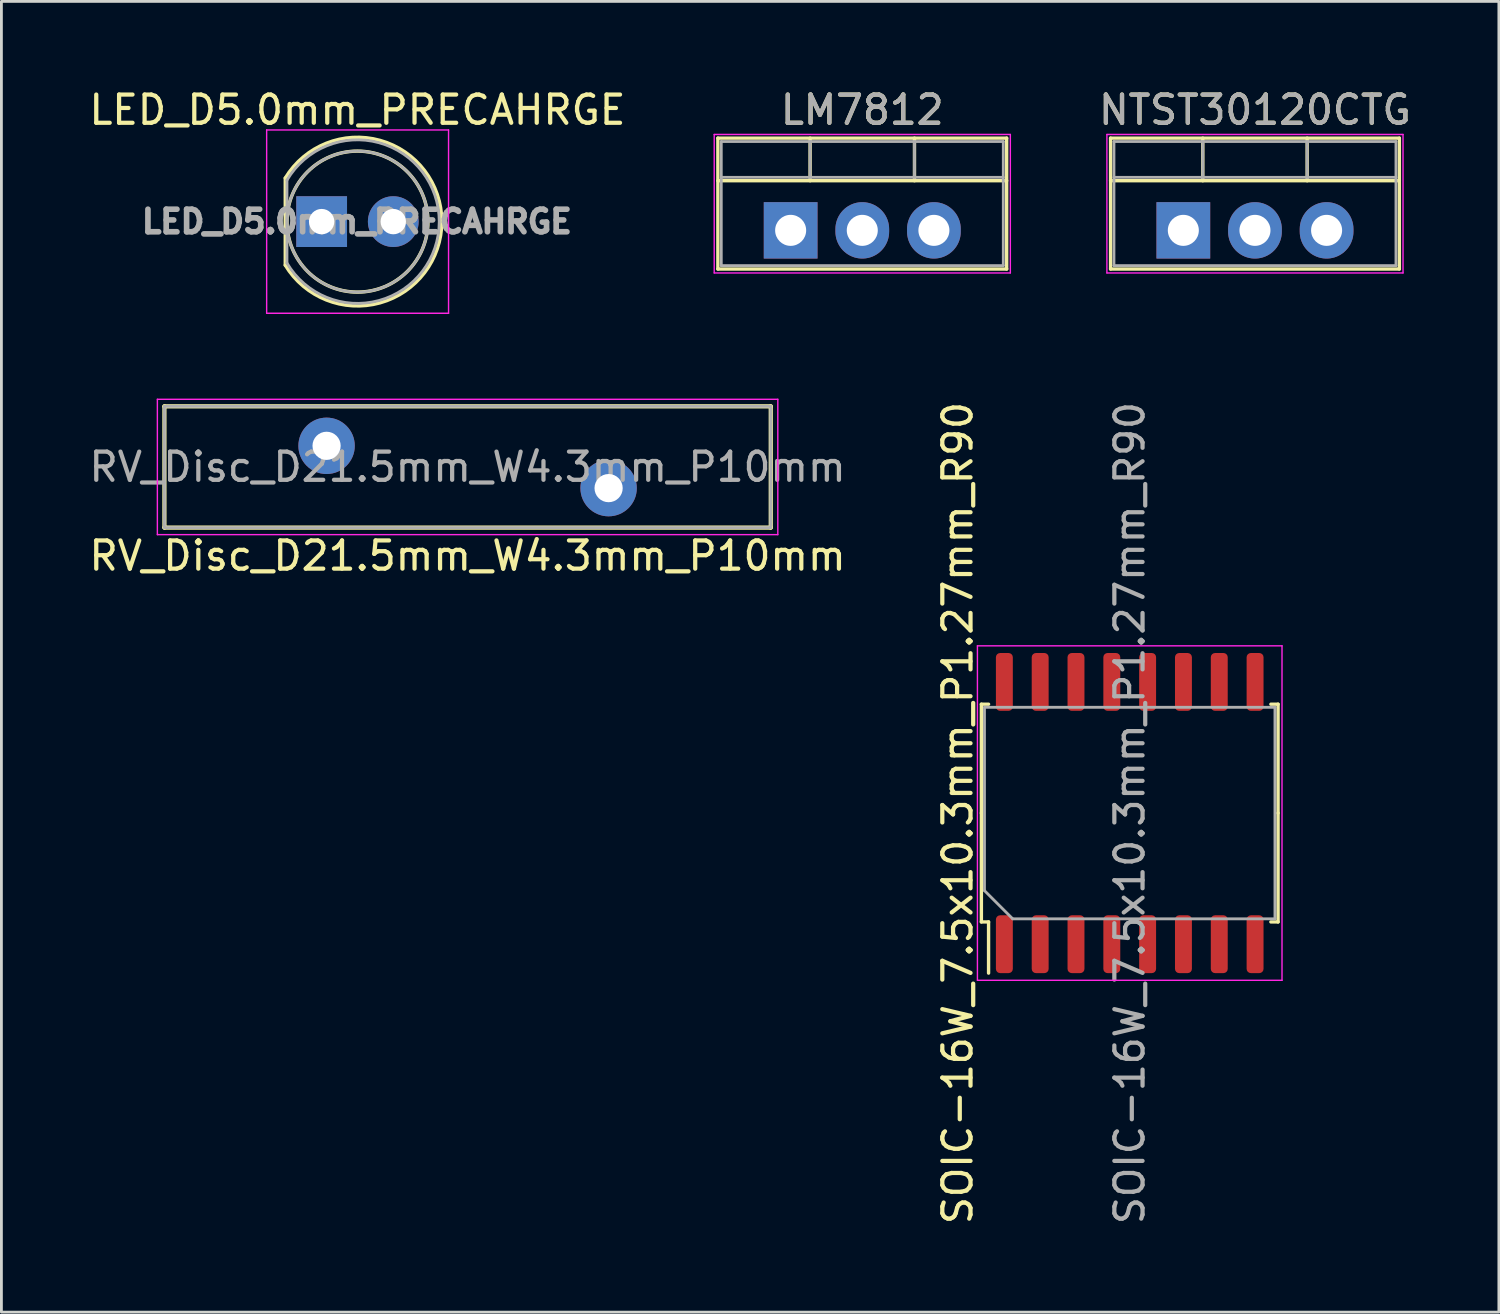
<source format=kicad_pcb>
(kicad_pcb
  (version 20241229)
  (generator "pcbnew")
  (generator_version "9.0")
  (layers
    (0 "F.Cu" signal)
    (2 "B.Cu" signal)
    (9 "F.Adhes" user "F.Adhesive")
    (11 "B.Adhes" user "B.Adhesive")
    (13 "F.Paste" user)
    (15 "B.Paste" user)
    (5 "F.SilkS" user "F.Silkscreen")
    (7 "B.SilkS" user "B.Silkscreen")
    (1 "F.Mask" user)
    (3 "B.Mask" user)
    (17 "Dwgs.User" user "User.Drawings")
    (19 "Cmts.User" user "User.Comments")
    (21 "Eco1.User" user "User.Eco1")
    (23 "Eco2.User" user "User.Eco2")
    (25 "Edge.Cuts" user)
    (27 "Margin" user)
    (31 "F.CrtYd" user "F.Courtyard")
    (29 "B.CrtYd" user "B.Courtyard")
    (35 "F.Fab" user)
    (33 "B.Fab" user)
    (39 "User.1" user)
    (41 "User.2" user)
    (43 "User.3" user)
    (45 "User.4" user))
  (footprint "SOIC-16W_7.5x10.3mm_P1.27mm_R90"
    (layer "F.Cu")
    (at 37.008 25.78)
    (property "Reference" "SOIC-16W_7.5x10.3mm_P1.27mm_R90" (at -6.1 0 90) (layer "F.SilkS") (effects (font (size 1 1) (thickness 0.15))))
    (attr smd)
    (fp_line (start -5.26 -3.86) (end -5.005 -3.86) (stroke (width 0.12) (type solid)) (layer "F.SilkS"))
    (fp_line (start -5.26 0) (end -5.26 -3.86) (stroke (width 0.12) (type solid)) (layer "F.SilkS"))
    (fp_line (start -5.26 0) (end -5.26 3.86) (stroke (width 0.12) (type solid)) (layer "F.SilkS"))
    (fp_line (start -5.26 3.86) (end -5.005 3.86) (stroke (width 0.12) (type solid)) (layer "F.SilkS"))
    (fp_line (start -5.005 3.86) (end -5.005 5.675) (stroke (width 0.12) (type solid)) (layer "F.SilkS"))
    (fp_line (start 5.26 -3.86) (end 5.005 -3.86) (stroke (width 0.12) (type solid)) (layer "F.SilkS"))
    (fp_line (start 5.26 0) (end 5.26 -3.86) (stroke (width 0.12) (type solid)) (layer "F.SilkS"))
    (fp_line (start 5.26 0) (end 5.26 3.86) (stroke (width 0.12) (type solid)) (layer "F.SilkS"))
    (fp_line (start 5.26 3.86) (end 5.005 3.86) (stroke (width 0.12) (type solid)) (layer "F.SilkS"))
    (fp_line (start -5.4 -5.93) (end -5.4 5.93) (stroke (width 0.05) (type solid)) (layer "F.CrtYd"))
    (fp_line (start -5.4 5.93) (end 5.4 5.93) (stroke (width 0.05) (type solid)) (layer "F.CrtYd"))
    (fp_line (start 5.4 -5.93) (end -5.4 -5.93) (stroke (width 0.05) (type solid)) (layer "F.CrtYd"))
    (fp_line (start 5.4 5.93) (end 5.4 -5.93) (stroke (width 0.05) (type solid)) (layer "F.CrtYd"))
    (fp_line (start -5.15 -3.75) (end 5.15 -3.75) (stroke (width 0.1) (type solid)) (layer "F.Fab"))
    (fp_line (start -5.15 2.75) (end -5.15 -3.75) (stroke (width 0.1) (type solid)) (layer "F.Fab"))
    (fp_line (start -4.15 3.75) (end -5.15 2.75) (stroke (width 0.1) (type solid)) (layer "F.Fab"))
    (fp_line (start 5.15 -3.75) (end 5.15 3.75) (stroke (width 0.1) (type solid)) (layer "F.Fab"))
    (fp_line (start 5.15 3.75) (end -4.15 3.75) (stroke (width 0.1) (type solid)) (layer "F.Fab"))
    (fp_text user "${REFERENCE}" (at 0 0 90) (layer "F.Fab") (effects (font (size 1 1) (thickness 0.15))))
    (pad "1" smd roundrect (at -4.445 4.65 90) (size 2.05 0.6) (layers "F.Cu" "F.Mask" "F.Paste") (roundrect_rratio 0.25))
    (pad "2" smd roundrect (at -3.175 4.65 90) (size 2.05 0.6) (layers "F.Cu" "F.Mask" "F.Paste") (roundrect_rratio 0.25))
    (pad "3" smd roundrect (at -1.905 4.65 90) (size 2.05 0.6) (layers "F.Cu" "F.Mask" "F.Paste") (roundrect_rratio 0.25))
    (pad "4" smd roundrect (at -0.635 4.65 90) (size 2.05 0.6) (layers "F.Cu" "F.Mask" "F.Paste") (roundrect_rratio 0.25))
    (pad "5" smd roundrect (at 0.635 4.65 90) (size 2.05 0.6) (layers "F.Cu" "F.Mask" "F.Paste") (roundrect_rratio 0.25))
    (pad "6" smd roundrect (at 1.905 4.65 90) (size 2.05 0.6) (layers "F.Cu" "F.Mask" "F.Paste") (roundrect_rratio 0.25))
    (pad "7" smd roundrect (at 3.175 4.65 90) (size 2.05 0.6) (layers "F.Cu" "F.Mask" "F.Paste") (roundrect_rratio 0.25))
    (pad "8" smd roundrect (at 4.445 4.65 90) (size 2.05 0.6) (layers "F.Cu" "F.Mask" "F.Paste") (roundrect_rratio 0.25))
    (pad "9" smd roundrect (at 4.445 -4.65 90) (size 2.05 0.6) (layers "F.Cu" "F.Mask" "F.Paste") (roundrect_rratio 0.25))
    (pad "10" smd roundrect (at 3.175 -4.65 90) (size 2.05 0.6) (layers "F.Cu" "F.Mask" "F.Paste") (roundrect_rratio 0.25))
    (pad "11" smd roundrect (at 1.905 -4.65 90) (size 2.05 0.6) (layers "F.Cu" "F.Mask" "F.Paste") (roundrect_rratio 0.25))
    (pad "12" smd roundrect (at 0.635 -4.65 90) (size 2.05 0.6) (layers "F.Cu" "F.Mask" "F.Paste") (roundrect_rratio 0.25))
    (pad "13" smd roundrect (at -0.635 -4.65 90) (size 2.05 0.6) (layers "F.Cu" "F.Mask" "F.Paste") (roundrect_rratio 0.25))
    (pad "14" smd roundrect (at -1.905 -4.65 90) (size 2.05 0.6) (layers "F.Cu" "F.Mask" "F.Paste") (roundrect_rratio 0.25))
    (pad "15" smd roundrect (at -3.175 -4.65 90) (size 2.05 0.6) (layers "F.Cu" "F.Mask" "F.Paste") (roundrect_rratio 0.25))
    (pad "16" smd roundrect (at -4.445 -4.65 90) (size 2.05 0.6) (layers "F.Cu" "F.Mask" "F.Paste") (roundrect_rratio 0.25)))
  (footprint "RV_Disc_D21.5mm_W4.3mm_P10mm"
    (layer "F.Cu")
    (at 8.53 12.758)
    (property "Reference" "RV_Disc_D21.5mm_W4.3mm_P10mm" (at 5 3.9 0) (layer "F.SilkS") (effects (font (size 1 1) (thickness 0.15))))
    (attr through_hole)
    (fp_line (start -5.75 -1.4) (end -5.75 2.9) (stroke (width 0.15) (type solid)) (layer "F.SilkS"))
    (fp_line (start -5.75 -1.4) (end 15.75 -1.4) (stroke (width 0.15) (type solid)) (layer "F.SilkS"))
    (fp_line (start -5.75 2.9) (end 15.75 2.9) (stroke (width 0.15) (type solid)) (layer "F.SilkS"))
    (fp_line (start 15.75 -1.4) (end 15.75 2.9) (stroke (width 0.15) (type solid)) (layer "F.SilkS"))
    (fp_line (start -6 -1.65) (end -6 3.15) (stroke (width 0.05) (type solid)) (layer "F.CrtYd"))
    (fp_line (start -6 -1.65) (end 16 -1.65) (stroke (width 0.05) (type solid)) (layer "F.CrtYd"))
    (fp_line (start -6 3.15) (end 16 3.15) (stroke (width 0.05) (type solid)) (layer "F.CrtYd"))
    (fp_line (start 16 -1.65) (end 16 3.15) (stroke (width 0.05) (type solid)) (layer "F.CrtYd"))
    (fp_line (start -5.75 -1.4) (end -5.75 2.9) (stroke (width 0.1) (type solid)) (layer "F.Fab"))
    (fp_line (start -5.75 -1.4) (end 15.75 -1.4) (stroke (width 0.1) (type solid)) (layer "F.Fab"))
    (fp_line (start -5.75 2.9) (end 15.75 2.9) (stroke (width 0.1) (type solid)) (layer "F.Fab"))
    (fp_line (start 15.75 -1.4) (end 15.75 2.9) (stroke (width 0.1) (type solid)) (layer "F.Fab"))
    (fp_text user "${REFERENCE}" (at 5 0.75 0) (layer "F.Fab") (effects (font (size 1 1) (thickness 0.15))))
    (pad "1" thru_hole circle (at 0 0) (size 2 2) (drill 1) (layers "*.Cu" "*.Mask"))
    (pad "2" thru_hole circle (at 10 1.5) (size 2 2) (drill 1) (layers "*.Cu" "*.Mask")))
  (footprint "LED_D5.0mm_PRECAHRGE"
    (layer "F.Cu")
    (at 8.355 4.808)
    (property "Reference" "LED_D5.0mm_PRECAHRGE" (at 1.27 -3.96 0) (layer "F.SilkS") (effects (font (size 1 1) (thickness 0.15))))
    (attr through_hole)
    (fp_line (start -1.29 -1.545) (end -1.29 1.545) (stroke (width 0.12) (type solid)) (layer "F.SilkS"))
    (fp_arc (start -1.29 -1.54483) (mid 2.072002 -2.880433) (end 4.26 0.000462) (stroke (width 0.12) (type solid)) (layer "F.SilkS"))
    (fp_arc (start 4.26 -0.000462) (mid 2.072002 2.880433) (end -1.29 1.54483) (stroke (width 0.12) (type solid)) (layer "F.SilkS"))
    (fp_circle (center 1.27 0) (end 3.77 0) (stroke (width 0.12) (type solid)) (fill no) (layer "F.SilkS"))
    (fp_line (start -1.95 -3.25) (end -1.95 3.25) (stroke (width 0.05) (type solid)) (layer "F.CrtYd"))
    (fp_line (start -1.95 3.25) (end 4.5 3.25) (stroke (width 0.05) (type solid)) (layer "F.CrtYd"))
    (fp_line (start 4.5 -3.25) (end -1.95 -3.25) (stroke (width 0.05) (type solid)) (layer "F.CrtYd"))
    (fp_line (start 4.5 3.25) (end 4.5 -3.25) (stroke (width 0.05) (type solid)) (layer "F.CrtYd"))
    (fp_line (start -1.23 -1.47) (end -1.23 1.47) (stroke (width 0.1) (type solid)) (layer "F.Fab"))
    (fp_arc (start -1.23 -1.469694) (mid 4.17 0.000016) (end -1.230016 1.469666) (stroke (width 0.1) (type solid)) (layer "F.Fab"))
    (fp_circle (center 1.27 0) (end 3.77 0) (stroke (width 0.1) (type solid)) (fill no) (layer "F.Fab"))
    (fp_text user "${REFERENCE}" (at 1.25 0 0) (layer "F.Fab") (effects (font (size 0.8 0.8) (thickness 0.2))))
    (pad "1" thru_hole rect (at 0 0) (size 1.8 1.8) (drill 0.9) (layers "*.Cu" "*.Mask"))
    (pad "2" thru_hole circle (at 2.54 0) (size 1.8 1.8) (drill 0.9) (layers "*.Cu" "*.Mask")))
  (footprint "NTST30120CTG"
    (layer "F.Cu")
    (at 38.909 5.118)
    (property "Reference" "NTST30120CTG" (at 2.54 -4.27 0) (layer "F.SilkS") (effects (font (size 1 1) (thickness 0.15))))
    (attr through_hole)
    (fp_line (start -2.58 -3.27) (end -2.58 1.371) (stroke (width 0.12) (type solid)) (layer "F.SilkS"))
    (fp_line (start -2.58 -3.27) (end 7.66 -3.27) (stroke (width 0.12) (type solid)) (layer "F.SilkS"))
    (fp_line (start -2.58 -1.76) (end 7.66 -1.76) (stroke (width 0.12) (type solid)) (layer "F.SilkS"))
    (fp_line (start -2.58 1.371) (end 7.66 1.371) (stroke (width 0.12) (type solid)) (layer "F.SilkS"))
    (fp_line (start 0.69 -3.27) (end 0.69 -1.76) (stroke (width 0.12) (type solid)) (layer "F.SilkS"))
    (fp_line (start 4.391 -3.27) (end 4.391 -1.76) (stroke (width 0.12) (type solid)) (layer "F.SilkS"))
    (fp_line (start 7.66 -3.27) (end 7.66 1.371) (stroke (width 0.12) (type solid)) (layer "F.SilkS"))
    (fp_line (start -2.71 -3.4) (end -2.71 1.51) (stroke (width 0.05) (type solid)) (layer "F.CrtYd"))
    (fp_line (start -2.71 1.51) (end 7.79 1.51) (stroke (width 0.05) (type solid)) (layer "F.CrtYd"))
    (fp_line (start 7.79 -3.4) (end -2.71 -3.4) (stroke (width 0.05) (type solid)) (layer "F.CrtYd"))
    (fp_line (start 7.79 1.51) (end 7.79 -3.4) (stroke (width 0.05) (type solid)) (layer "F.CrtYd"))
    (fp_line (start -2.46 -3.15) (end -2.46 1.25) (stroke (width 0.1) (type solid)) (layer "F.Fab"))
    (fp_line (start -2.46 -1.88) (end 7.54 -1.88) (stroke (width 0.1) (type solid)) (layer "F.Fab"))
    (fp_line (start -2.46 1.25) (end 7.54 1.25) (stroke (width 0.1) (type solid)) (layer "F.Fab"))
    (fp_line (start 0.69 -3.15) (end 0.69 -1.88) (stroke (width 0.1) (type solid)) (layer "F.Fab"))
    (fp_line (start 4.39 -3.15) (end 4.39 -1.88) (stroke (width 0.1) (type solid)) (layer "F.Fab"))
    (fp_line (start 7.54 -3.15) (end -2.46 -3.15) (stroke (width 0.1) (type solid)) (layer "F.Fab"))
    (fp_line (start 7.54 1.25) (end 7.54 -3.15) (stroke (width 0.1) (type solid)) (layer "F.Fab"))
    (fp_text user "${REFERENCE}" (at 2.54 -4.27 0) (layer "F.Fab") (effects (font (size 1 1) (thickness 0.15))))
    (pad "1" thru_hole rect (at 0 0) (size 1.905 2) (drill 1.1) (layers "*.Cu" "*.Mask"))
    (pad "2" thru_hole oval (at 2.54 0) (size 1.905 2) (drill 1.1) (layers "*.Cu" "*.Mask"))
    (pad "3" thru_hole oval (at 5.08 0) (size 1.905 2) (drill 1.1) (layers "*.Cu" "*.Mask")))
  (footprint "LM7812"
    (layer "F.Cu")
    (at 24.985 5.118)
    (property "Reference" "LM7812" (at 2.54 -4.27 0) (layer "F.SilkS") (effects (font (size 1 1) (thickness 0.15))))
    (attr through_hole)
    (fp_line (start -2.58 -3.27) (end -2.58 1.371) (stroke (width 0.12) (type solid)) (layer "F.SilkS"))
    (fp_line (start -2.58 -3.27) (end 7.66 -3.27) (stroke (width 0.12) (type solid)) (layer "F.SilkS"))
    (fp_line (start -2.58 -1.76) (end 7.66 -1.76) (stroke (width 0.12) (type solid)) (layer "F.SilkS"))
    (fp_line (start -2.58 1.371) (end 7.66 1.371) (stroke (width 0.12) (type solid)) (layer "F.SilkS"))
    (fp_line (start 0.69 -3.27) (end 0.69 -1.76) (stroke (width 0.12) (type solid)) (layer "F.SilkS"))
    (fp_line (start 4.391 -3.27) (end 4.391 -1.76) (stroke (width 0.12) (type solid)) (layer "F.SilkS"))
    (fp_line (start 7.66 -3.27) (end 7.66 1.371) (stroke (width 0.12) (type solid)) (layer "F.SilkS"))
    (fp_line (start -2.71 -3.4) (end -2.71 1.51) (stroke (width 0.05) (type solid)) (layer "F.CrtYd"))
    (fp_line (start -2.71 1.51) (end 7.79 1.51) (stroke (width 0.05) (type solid)) (layer "F.CrtYd"))
    (fp_line (start 7.79 -3.4) (end -2.71 -3.4) (stroke (width 0.05) (type solid)) (layer "F.CrtYd"))
    (fp_line (start 7.79 1.51) (end 7.79 -3.4) (stroke (width 0.05) (type solid)) (layer "F.CrtYd"))
    (fp_line (start -2.46 -3.15) (end -2.46 1.25) (stroke (width 0.1) (type solid)) (layer "F.Fab"))
    (fp_line (start -2.46 -1.88) (end 7.54 -1.88) (stroke (width 0.1) (type solid)) (layer "F.Fab"))
    (fp_line (start -2.46 1.25) (end 7.54 1.25) (stroke (width 0.1) (type solid)) (layer "F.Fab"))
    (fp_line (start 0.69 -3.15) (end 0.69 -1.88) (stroke (width 0.1) (type solid)) (layer "F.Fab"))
    (fp_line (start 4.39 -3.15) (end 4.39 -1.88) (stroke (width 0.1) (type solid)) (layer "F.Fab"))
    (fp_line (start 7.54 -3.15) (end -2.46 -3.15) (stroke (width 0.1) (type solid)) (layer "F.Fab"))
    (fp_line (start 7.54 1.25) (end 7.54 -3.15) (stroke (width 0.1) (type solid)) (layer "F.Fab"))
    (fp_text user "${REFERENCE}" (at 2.54 -4.27 0) (layer "F.Fab") (effects (font (size 1 1) (thickness 0.15))))
    (pad "1" thru_hole rect (at 0 0) (size 1.905 2) (drill 1.1) (layers "*.Cu" "*.Mask"))
    (pad "2" thru_hole oval (at 2.54 0) (size 1.905 2) (drill 1.1) (layers "*.Cu" "*.Mask"))
    (pad "3" thru_hole oval (at 5.08 0) (size 1.905 2) (drill 1.1) (layers "*.Cu" "*.Mask")))
  (gr_rect
    (start -3 -3)
    (end 50.098 43.476)
    (stroke (width 0.1) (type default))
    (fill no)
    (layer "Edge.Cuts")))
</source>
